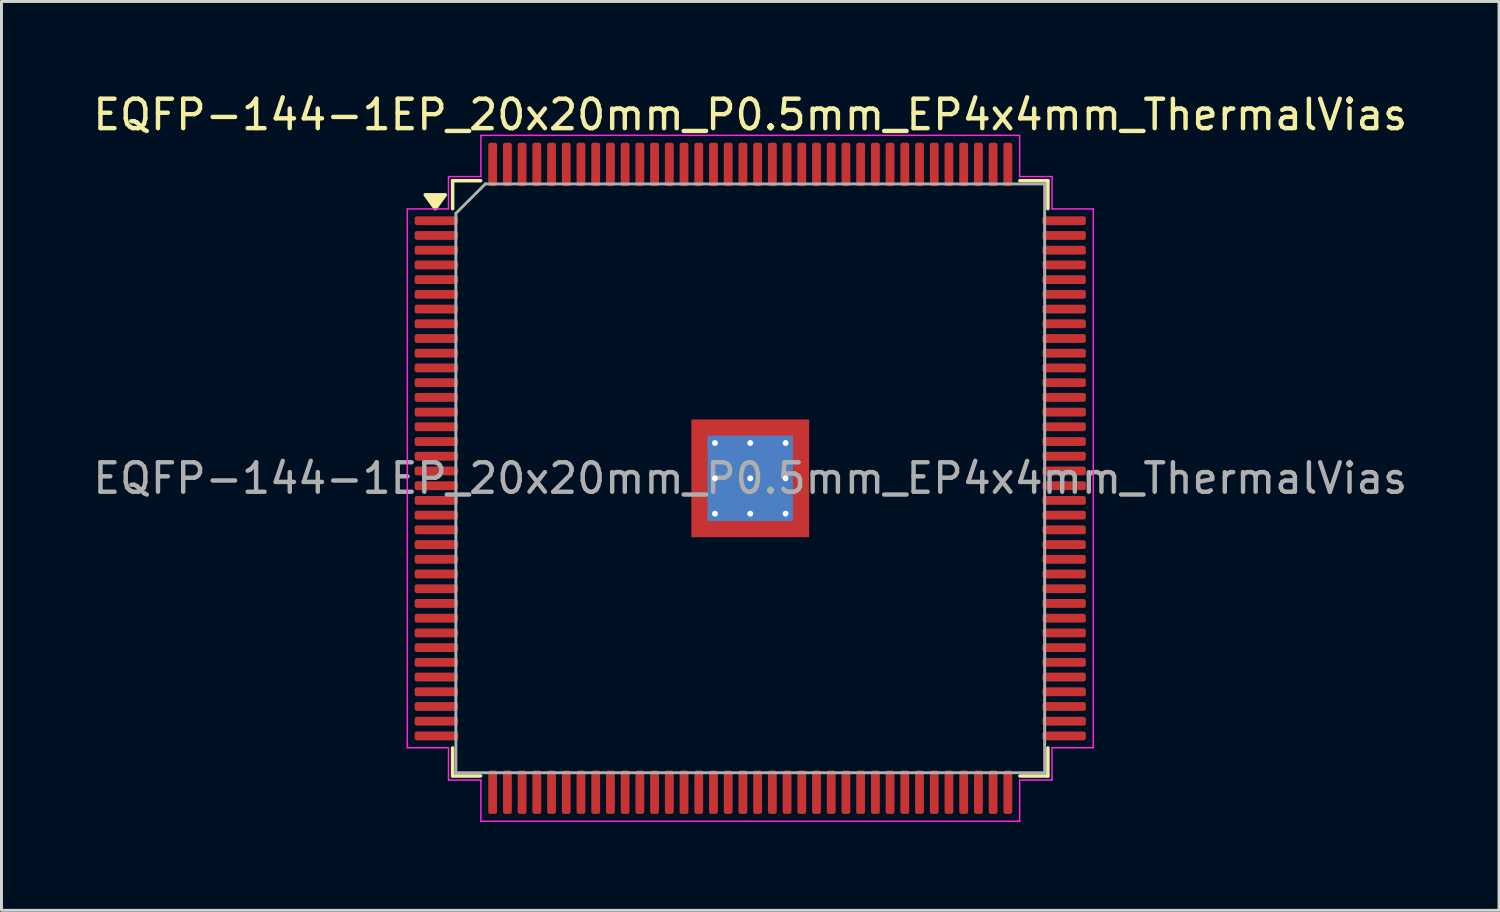
<source format=kicad_pcb>
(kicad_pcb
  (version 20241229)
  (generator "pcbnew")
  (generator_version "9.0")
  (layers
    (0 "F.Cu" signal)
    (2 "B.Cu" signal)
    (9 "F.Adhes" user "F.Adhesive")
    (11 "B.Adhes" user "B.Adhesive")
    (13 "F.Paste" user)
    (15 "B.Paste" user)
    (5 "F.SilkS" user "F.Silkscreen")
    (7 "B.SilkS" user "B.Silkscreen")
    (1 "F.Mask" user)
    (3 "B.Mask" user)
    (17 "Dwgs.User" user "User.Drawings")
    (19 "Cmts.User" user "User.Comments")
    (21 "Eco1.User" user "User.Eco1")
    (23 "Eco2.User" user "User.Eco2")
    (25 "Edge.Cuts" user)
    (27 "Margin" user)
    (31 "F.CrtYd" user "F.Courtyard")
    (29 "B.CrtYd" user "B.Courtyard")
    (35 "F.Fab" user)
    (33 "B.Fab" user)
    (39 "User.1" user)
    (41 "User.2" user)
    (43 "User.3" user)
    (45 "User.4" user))
  (footprint "EQFP-144-1EP_20x20mm_P0.5mm_EP4x4mm_ThermalVias"
    (layer "F.Cu")
    (at 22.435 13.198)
    (property "Reference" "EQFP-144-1EP_20x20mm_P0.5mm_EP4x4mm_ThermalVias" (at 0 -12.35 0) (layer "F.SilkS") (effects (font (size 1 1) (thickness 0.15))))
    (attr smd)
    (fp_line (start -10.11 -10.11) (end -10.11 -9.16) (stroke (width 0.12) (type solid)) (layer "F.SilkS"))
    (fp_line (start -10.11 10.11) (end -10.11 9.16) (stroke (width 0.12) (type solid)) (layer "F.SilkS"))
    (fp_line (start -9.16 -10.11) (end -10.11 -10.11) (stroke (width 0.12) (type solid)) (layer "F.SilkS"))
    (fp_line (start -9.16 10.11) (end -10.11 10.11) (stroke (width 0.12) (type solid)) (layer "F.SilkS"))
    (fp_line (start 9.16 -10.11) (end 10.11 -10.11) (stroke (width 0.12) (type solid)) (layer "F.SilkS"))
    (fp_line (start 9.16 10.11) (end 10.11 10.11) (stroke (width 0.12) (type solid)) (layer "F.SilkS"))
    (fp_line (start 10.11 -10.11) (end 10.11 -9.16) (stroke (width 0.12) (type solid)) (layer "F.SilkS"))
    (fp_line (start 10.11 10.11) (end 10.11 9.16) (stroke (width 0.12) (type solid)) (layer "F.SilkS"))
    (fp_poly (pts (xy -10.7 -9.16) (xy -11.04 -9.63) (xy -10.36 -9.63)) (stroke (width 0.12) (type solid)) (fill yes) (layer "F.SilkS"))
    (fp_line (start -11.65 -9.15) (end -11.65 0) (stroke (width 0.05) (type solid)) (layer "F.CrtYd"))
    (fp_line (start -11.65 9.15) (end -11.65 0) (stroke (width 0.05) (type solid)) (layer "F.CrtYd"))
    (fp_line (start -10.25 -10.25) (end -10.25 -9.15) (stroke (width 0.05) (type solid)) (layer "F.CrtYd"))
    (fp_line (start -10.25 -9.15) (end -11.65 -9.15) (stroke (width 0.05) (type solid)) (layer "F.CrtYd"))
    (fp_line (start -10.25 9.15) (end -11.65 9.15) (stroke (width 0.05) (type solid)) (layer "F.CrtYd"))
    (fp_line (start -10.25 10.25) (end -10.25 9.15) (stroke (width 0.05) (type solid)) (layer "F.CrtYd"))
    (fp_line (start -9.15 -11.65) (end -9.15 -10.25) (stroke (width 0.05) (type solid)) (layer "F.CrtYd"))
    (fp_line (start -9.15 -10.25) (end -10.25 -10.25) (stroke (width 0.05) (type solid)) (layer "F.CrtYd"))
    (fp_line (start -9.15 10.25) (end -10.25 10.25) (stroke (width 0.05) (type solid)) (layer "F.CrtYd"))
    (fp_line (start -9.15 11.65) (end -9.15 10.25) (stroke (width 0.05) (type solid)) (layer "F.CrtYd"))
    (fp_line (start 0 -11.65) (end -9.15 -11.65) (stroke (width 0.05) (type solid)) (layer "F.CrtYd"))
    (fp_line (start 0 -11.65) (end 9.15 -11.65) (stroke (width 0.05) (type solid)) (layer "F.CrtYd"))
    (fp_line (start 0 11.65) (end -9.15 11.65) (stroke (width 0.05) (type solid)) (layer "F.CrtYd"))
    (fp_line (start 0 11.65) (end 9.15 11.65) (stroke (width 0.05) (type solid)) (layer "F.CrtYd"))
    (fp_line (start 9.15 -11.65) (end 9.15 -10.25) (stroke (width 0.05) (type solid)) (layer "F.CrtYd"))
    (fp_line (start 9.15 -10.25) (end 10.25 -10.25) (stroke (width 0.05) (type solid)) (layer "F.CrtYd"))
    (fp_line (start 9.15 10.25) (end 10.25 10.25) (stroke (width 0.05) (type solid)) (layer "F.CrtYd"))
    (fp_line (start 9.15 11.65) (end 9.15 10.25) (stroke (width 0.05) (type solid)) (layer "F.CrtYd"))
    (fp_line (start 10.25 -10.25) (end 10.25 -9.15) (stroke (width 0.05) (type solid)) (layer "F.CrtYd"))
    (fp_line (start 10.25 -9.15) (end 11.65 -9.15) (stroke (width 0.05) (type solid)) (layer "F.CrtYd"))
    (fp_line (start 10.25 9.15) (end 11.65 9.15) (stroke (width 0.05) (type solid)) (layer "F.CrtYd"))
    (fp_line (start 10.25 10.25) (end 10.25 9.15) (stroke (width 0.05) (type solid)) (layer "F.CrtYd"))
    (fp_line (start 11.65 -9.15) (end 11.65 0) (stroke (width 0.05) (type solid)) (layer "F.CrtYd"))
    (fp_line (start 11.65 9.15) (end 11.65 0) (stroke (width 0.05) (type solid)) (layer "F.CrtYd"))
    (fp_line (start -10 -9) (end -9 -10) (stroke (width 0.1) (type solid)) (layer "F.Fab"))
    (fp_line (start -10 10) (end -10 -9) (stroke (width 0.1) (type solid)) (layer "F.Fab"))
    (fp_line (start -9 -10) (end 10 -10) (stroke (width 0.1) (type solid)) (layer "F.Fab"))
    (fp_line (start 10 -10) (end 10 10) (stroke (width 0.1) (type solid)) (layer "F.Fab"))
    (fp_line (start 10 10) (end -10 10) (stroke (width 0.1) (type solid)) (layer "F.Fab"))
    (fp_text user "${REFERENCE}" (at 0 0 0) (layer "F.Fab") (effects (font (size 1 1) (thickness 0.15))))
    (pad "" smd custom (at -1.6 -1.6) (size 0.555 0.555) (layers "F.Paste") (options (anchor circle)) (primitives (gr_poly (pts (xy -0.232 -0.232) (xy 0.232 -0.232) (xy 0.232 0.157) (xy 0.157 0.232) (xy -0.232 0.232)) (width 0.181) (fill yes))))
    (pad "" smd roundrect (at -1.6 -0.6) (size 0.645 0.967) (layers "F.Paste") (roundrect_rratio 0.25))
    (pad "" smd roundrect (at -1.6 0.6) (size 0.645 0.967) (layers "F.Paste") (roundrect_rratio 0.25))
    (pad "" smd custom (at -1.6 1.6) (size 0.555 0.555) (layers "F.Paste") (options (anchor circle)) (primitives (gr_poly (pts (xy -0.232 -0.232) (xy 0.157 -0.232) (xy 0.232 -0.157) (xy 0.232 0.232) (xy -0.232 0.232)) (width 0.181) (fill yes))))
    (pad "" smd roundrect (at -0.6 -1.6) (size 0.967 0.645) (layers "F.Paste") (roundrect_rratio 0.25))
    (pad "" smd roundrect (at -0.6 -0.6) (size 0.967 0.967) (layers "F.Paste") (roundrect_rratio 0.25))
    (pad "" smd roundrect (at -0.6 0.6) (size 0.967 0.967) (layers "F.Paste") (roundrect_rratio 0.25))
    (pad "" smd roundrect (at -0.6 1.6) (size 0.967 0.645) (layers "F.Paste") (roundrect_rratio 0.25))
    (pad "" smd roundrect (at 0.6 -1.6) (size 0.967 0.645) (layers "F.Paste") (roundrect_rratio 0.25))
    (pad "" smd roundrect (at 0.6 -0.6) (size 0.967 0.967) (layers "F.Paste") (roundrect_rratio 0.25))
    (pad "" smd roundrect (at 0.6 0.6) (size 0.967 0.967) (layers "F.Paste") (roundrect_rratio 0.25))
    (pad "" smd roundrect (at 0.6 1.6) (size 0.967 0.645) (layers "F.Paste") (roundrect_rratio 0.25))
    (pad "" smd custom (at 1.6 -1.6) (size 0.555 0.555) (layers "F.Paste") (options (anchor circle)) (primitives (gr_poly (pts (xy -0.232 -0.232) (xy 0.232 -0.232) (xy 0.232 0.232) (xy -0.157 0.232) (xy -0.232 0.157)) (width 0.181) (fill yes))))
    (pad "" smd roundrect (at 1.6 -0.6) (size 0.645 0.967) (layers "F.Paste") (roundrect_rratio 0.25))
    (pad "" smd roundrect (at 1.6 0.6) (size 0.645 0.967) (layers "F.Paste") (roundrect_rratio 0.25))
    (pad "" smd custom (at 1.6 1.6) (size 0.555 0.555) (layers "F.Paste") (options (anchor circle)) (primitives (gr_poly (pts (xy -0.232 -0.157) (xy -0.157 -0.232) (xy 0.232 -0.232) (xy 0.232 0.232) (xy -0.232 0.232)) (width 0.181) (fill yes))))
    (pad "1" smd roundrect (at -10.662 -8.75) (size 1.475 0.3) (layers "F.Cu" "F.Mask" "F.Paste") (roundrect_rratio 0.25))
    (pad "2" smd roundrect (at -10.662 -8.25) (size 1.475 0.3) (layers "F.Cu" "F.Mask" "F.Paste") (roundrect_rratio 0.25))
    (pad "3" smd roundrect (at -10.662 -7.75) (size 1.475 0.3) (layers "F.Cu" "F.Mask" "F.Paste") (roundrect_rratio 0.25))
    (pad "4" smd roundrect (at -10.662 -7.25) (size 1.475 0.3) (layers "F.Cu" "F.Mask" "F.Paste") (roundrect_rratio 0.25))
    (pad "5" smd roundrect (at -10.662 -6.75) (size 1.475 0.3) (layers "F.Cu" "F.Mask" "F.Paste") (roundrect_rratio 0.25))
    (pad "6" smd roundrect (at -10.662 -6.25) (size 1.475 0.3) (layers "F.Cu" "F.Mask" "F.Paste") (roundrect_rratio 0.25))
    (pad "7" smd roundrect (at -10.662 -5.75) (size 1.475 0.3) (layers "F.Cu" "F.Mask" "F.Paste") (roundrect_rratio 0.25))
    (pad "8" smd roundrect (at -10.662 -5.25) (size 1.475 0.3) (layers "F.Cu" "F.Mask" "F.Paste") (roundrect_rratio 0.25))
    (pad "9" smd roundrect (at -10.662 -4.75) (size 1.475 0.3) (layers "F.Cu" "F.Mask" "F.Paste") (roundrect_rratio 0.25))
    (pad "10" smd roundrect (at -10.662 -4.25) (size 1.475 0.3) (layers "F.Cu" "F.Mask" "F.Paste") (roundrect_rratio 0.25))
    (pad "11" smd roundrect (at -10.662 -3.75) (size 1.475 0.3) (layers "F.Cu" "F.Mask" "F.Paste") (roundrect_rratio 0.25))
    (pad "12" smd roundrect (at -10.662 -3.25) (size 1.475 0.3) (layers "F.Cu" "F.Mask" "F.Paste") (roundrect_rratio 0.25))
    (pad "13" smd roundrect (at -10.662 -2.75) (size 1.475 0.3) (layers "F.Cu" "F.Mask" "F.Paste") (roundrect_rratio 0.25))
    (pad "14" smd roundrect (at -10.662 -2.25) (size 1.475 0.3) (layers "F.Cu" "F.Mask" "F.Paste") (roundrect_rratio 0.25))
    (pad "15" smd roundrect (at -10.662 -1.75) (size 1.475 0.3) (layers "F.Cu" "F.Mask" "F.Paste") (roundrect_rratio 0.25))
    (pad "16" smd roundrect (at -10.662 -1.25) (size 1.475 0.3) (layers "F.Cu" "F.Mask" "F.Paste") (roundrect_rratio 0.25))
    (pad "17" smd roundrect (at -10.662 -0.75) (size 1.475 0.3) (layers "F.Cu" "F.Mask" "F.Paste") (roundrect_rratio 0.25))
    (pad "18" smd roundrect (at -10.662 -0.25) (size 1.475 0.3) (layers "F.Cu" "F.Mask" "F.Paste") (roundrect_rratio 0.25))
    (pad "19" smd roundrect (at -10.662 0.25) (size 1.475 0.3) (layers "F.Cu" "F.Mask" "F.Paste") (roundrect_rratio 0.25))
    (pad "20" smd roundrect (at -10.662 0.75) (size 1.475 0.3) (layers "F.Cu" "F.Mask" "F.Paste") (roundrect_rratio 0.25))
    (pad "21" smd roundrect (at -10.662 1.25) (size 1.475 0.3) (layers "F.Cu" "F.Mask" "F.Paste") (roundrect_rratio 0.25))
    (pad "22" smd roundrect (at -10.662 1.75) (size 1.475 0.3) (layers "F.Cu" "F.Mask" "F.Paste") (roundrect_rratio 0.25))
    (pad "23" smd roundrect (at -10.662 2.25) (size 1.475 0.3) (layers "F.Cu" "F.Mask" "F.Paste") (roundrect_rratio 0.25))
    (pad "24" smd roundrect (at -10.662 2.75) (size 1.475 0.3) (layers "F.Cu" "F.Mask" "F.Paste") (roundrect_rratio 0.25))
    (pad "25" smd roundrect (at -10.662 3.25) (size 1.475 0.3) (layers "F.Cu" "F.Mask" "F.Paste") (roundrect_rratio 0.25))
    (pad "26" smd roundrect (at -10.662 3.75) (size 1.475 0.3) (layers "F.Cu" "F.Mask" "F.Paste") (roundrect_rratio 0.25))
    (pad "27" smd roundrect (at -10.662 4.25) (size 1.475 0.3) (layers "F.Cu" "F.Mask" "F.Paste") (roundrect_rratio 0.25))
    (pad "28" smd roundrect (at -10.662 4.75) (size 1.475 0.3) (layers "F.Cu" "F.Mask" "F.Paste") (roundrect_rratio 0.25))
    (pad "29" smd roundrect (at -10.662 5.25) (size 1.475 0.3) (layers "F.Cu" "F.Mask" "F.Paste") (roundrect_rratio 0.25))
    (pad "30" smd roundrect (at -10.662 5.75) (size 1.475 0.3) (layers "F.Cu" "F.Mask" "F.Paste") (roundrect_rratio 0.25))
    (pad "31" smd roundrect (at -10.662 6.25) (size 1.475 0.3) (layers "F.Cu" "F.Mask" "F.Paste") (roundrect_rratio 0.25))
    (pad "32" smd roundrect (at -10.662 6.75) (size 1.475 0.3) (layers "F.Cu" "F.Mask" "F.Paste") (roundrect_rratio 0.25))
    (pad "33" smd roundrect (at -10.662 7.25) (size 1.475 0.3) (layers "F.Cu" "F.Mask" "F.Paste") (roundrect_rratio 0.25))
    (pad "34" smd roundrect (at -10.662 7.75) (size 1.475 0.3) (layers "F.Cu" "F.Mask" "F.Paste") (roundrect_rratio 0.25))
    (pad "35" smd roundrect (at -10.662 8.25) (size 1.475 0.3) (layers "F.Cu" "F.Mask" "F.Paste") (roundrect_rratio 0.25))
    (pad "36" smd roundrect (at -10.662 8.75) (size 1.475 0.3) (layers "F.Cu" "F.Mask" "F.Paste") (roundrect_rratio 0.25))
    (pad "37" smd roundrect (at -8.75 10.662) (size 0.3 1.475) (layers "F.Cu" "F.Mask" "F.Paste") (roundrect_rratio 0.25))
    (pad "38" smd roundrect (at -8.25 10.662) (size 0.3 1.475) (layers "F.Cu" "F.Mask" "F.Paste") (roundrect_rratio 0.25))
    (pad "39" smd roundrect (at -7.75 10.662) (size 0.3 1.475) (layers "F.Cu" "F.Mask" "F.Paste") (roundrect_rratio 0.25))
    (pad "40" smd roundrect (at -7.25 10.662) (size 0.3 1.475) (layers "F.Cu" "F.Mask" "F.Paste") (roundrect_rratio 0.25))
    (pad "41" smd roundrect (at -6.75 10.662) (size 0.3 1.475) (layers "F.Cu" "F.Mask" "F.Paste") (roundrect_rratio 0.25))
    (pad "42" smd roundrect (at -6.25 10.662) (size 0.3 1.475) (layers "F.Cu" "F.Mask" "F.Paste") (roundrect_rratio 0.25))
    (pad "43" smd roundrect (at -5.75 10.662) (size 0.3 1.475) (layers "F.Cu" "F.Mask" "F.Paste") (roundrect_rratio 0.25))
    (pad "44" smd roundrect (at -5.25 10.662) (size 0.3 1.475) (layers "F.Cu" "F.Mask" "F.Paste") (roundrect_rratio 0.25))
    (pad "45" smd roundrect (at -4.75 10.662) (size 0.3 1.475) (layers "F.Cu" "F.Mask" "F.Paste") (roundrect_rratio 0.25))
    (pad "46" smd roundrect (at -4.25 10.662) (size 0.3 1.475) (layers "F.Cu" "F.Mask" "F.Paste") (roundrect_rratio 0.25))
    (pad "47" smd roundrect (at -3.75 10.662) (size 0.3 1.475) (layers "F.Cu" "F.Mask" "F.Paste") (roundrect_rratio 0.25))
    (pad "48" smd roundrect (at -3.25 10.662) (size 0.3 1.475) (layers "F.Cu" "F.Mask" "F.Paste") (roundrect_rratio 0.25))
    (pad "49" smd roundrect (at -2.75 10.662) (size 0.3 1.475) (layers "F.Cu" "F.Mask" "F.Paste") (roundrect_rratio 0.25))
    (pad "50" smd roundrect (at -2.25 10.662) (size 0.3 1.475) (layers "F.Cu" "F.Mask" "F.Paste") (roundrect_rratio 0.25))
    (pad "51" smd roundrect (at -1.75 10.662) (size 0.3 1.475) (layers "F.Cu" "F.Mask" "F.Paste") (roundrect_rratio 0.25))
    (pad "52" smd roundrect (at -1.25 10.662) (size 0.3 1.475) (layers "F.Cu" "F.Mask" "F.Paste") (roundrect_rratio 0.25))
    (pad "53" smd roundrect (at -0.75 10.662) (size 0.3 1.475) (layers "F.Cu" "F.Mask" "F.Paste") (roundrect_rratio 0.25))
    (pad "54" smd roundrect (at -0.25 10.662) (size 0.3 1.475) (layers "F.Cu" "F.Mask" "F.Paste") (roundrect_rratio 0.25))
    (pad "55" smd roundrect (at 0.25 10.662) (size 0.3 1.475) (layers "F.Cu" "F.Mask" "F.Paste") (roundrect_rratio 0.25))
    (pad "56" smd roundrect (at 0.75 10.662) (size 0.3 1.475) (layers "F.Cu" "F.Mask" "F.Paste") (roundrect_rratio 0.25))
    (pad "57" smd roundrect (at 1.25 10.662) (size 0.3 1.475) (layers "F.Cu" "F.Mask" "F.Paste") (roundrect_rratio 0.25))
    (pad "58" smd roundrect (at 1.75 10.662) (size 0.3 1.475) (layers "F.Cu" "F.Mask" "F.Paste") (roundrect_rratio 0.25))
    (pad "59" smd roundrect (at 2.25 10.662) (size 0.3 1.475) (layers "F.Cu" "F.Mask" "F.Paste") (roundrect_rratio 0.25))
    (pad "60" smd roundrect (at 2.75 10.662) (size 0.3 1.475) (layers "F.Cu" "F.Mask" "F.Paste") (roundrect_rratio 0.25))
    (pad "61" smd roundrect (at 3.25 10.662) (size 0.3 1.475) (layers "F.Cu" "F.Mask" "F.Paste") (roundrect_rratio 0.25))
    (pad "62" smd roundrect (at 3.75 10.662) (size 0.3 1.475) (layers "F.Cu" "F.Mask" "F.Paste") (roundrect_rratio 0.25))
    (pad "63" smd roundrect (at 4.25 10.662) (size 0.3 1.475) (layers "F.Cu" "F.Mask" "F.Paste") (roundrect_rratio 0.25))
    (pad "64" smd roundrect (at 4.75 10.662) (size 0.3 1.475) (layers "F.Cu" "F.Mask" "F.Paste") (roundrect_rratio 0.25))
    (pad "65" smd roundrect (at 5.25 10.662) (size 0.3 1.475) (layers "F.Cu" "F.Mask" "F.Paste") (roundrect_rratio 0.25))
    (pad "66" smd roundrect (at 5.75 10.662) (size 0.3 1.475) (layers "F.Cu" "F.Mask" "F.Paste") (roundrect_rratio 0.25))
    (pad "67" smd roundrect (at 6.25 10.662) (size 0.3 1.475) (layers "F.Cu" "F.Mask" "F.Paste") (roundrect_rratio 0.25))
    (pad "68" smd roundrect (at 6.75 10.662) (size 0.3 1.475) (layers "F.Cu" "F.Mask" "F.Paste") (roundrect_rratio 0.25))
    (pad "69" smd roundrect (at 7.25 10.662) (size 0.3 1.475) (layers "F.Cu" "F.Mask" "F.Paste") (roundrect_rratio 0.25))
    (pad "70" smd roundrect (at 7.75 10.662) (size 0.3 1.475) (layers "F.Cu" "F.Mask" "F.Paste") (roundrect_rratio 0.25))
    (pad "71" smd roundrect (at 8.25 10.662) (size 0.3 1.475) (layers "F.Cu" "F.Mask" "F.Paste") (roundrect_rratio 0.25))
    (pad "72" smd roundrect (at 8.75 10.662) (size 0.3 1.475) (layers "F.Cu" "F.Mask" "F.Paste") (roundrect_rratio 0.25))
    (pad "73" smd roundrect (at 10.662 8.75) (size 1.475 0.3) (layers "F.Cu" "F.Mask" "F.Paste") (roundrect_rratio 0.25))
    (pad "74" smd roundrect (at 10.662 8.25) (size 1.475 0.3) (layers "F.Cu" "F.Mask" "F.Paste") (roundrect_rratio 0.25))
    (pad "75" smd roundrect (at 10.662 7.75) (size 1.475 0.3) (layers "F.Cu" "F.Mask" "F.Paste") (roundrect_rratio 0.25))
    (pad "76" smd roundrect (at 10.662 7.25) (size 1.475 0.3) (layers "F.Cu" "F.Mask" "F.Paste") (roundrect_rratio 0.25))
    (pad "77" smd roundrect (at 10.662 6.75) (size 1.475 0.3) (layers "F.Cu" "F.Mask" "F.Paste") (roundrect_rratio 0.25))
    (pad "78" smd roundrect (at 10.662 6.25) (size 1.475 0.3) (layers "F.Cu" "F.Mask" "F.Paste") (roundrect_rratio 0.25))
    (pad "79" smd roundrect (at 10.662 5.75) (size 1.475 0.3) (layers "F.Cu" "F.Mask" "F.Paste") (roundrect_rratio 0.25))
    (pad "80" smd roundrect (at 10.662 5.25) (size 1.475 0.3) (layers "F.Cu" "F.Mask" "F.Paste") (roundrect_rratio 0.25))
    (pad "81" smd roundrect (at 10.662 4.75) (size 1.475 0.3) (layers "F.Cu" "F.Mask" "F.Paste") (roundrect_rratio 0.25))
    (pad "82" smd roundrect (at 10.662 4.25) (size 1.475 0.3) (layers "F.Cu" "F.Mask" "F.Paste") (roundrect_rratio 0.25))
    (pad "83" smd roundrect (at 10.662 3.75) (size 1.475 0.3) (layers "F.Cu" "F.Mask" "F.Paste") (roundrect_rratio 0.25))
    (pad "84" smd roundrect (at 10.662 3.25) (size 1.475 0.3) (layers "F.Cu" "F.Mask" "F.Paste") (roundrect_rratio 0.25))
    (pad "85" smd roundrect (at 10.662 2.75) (size 1.475 0.3) (layers "F.Cu" "F.Mask" "F.Paste") (roundrect_rratio 0.25))
    (pad "86" smd roundrect (at 10.662 2.25) (size 1.475 0.3) (layers "F.Cu" "F.Mask" "F.Paste") (roundrect_rratio 0.25))
    (pad "87" smd roundrect (at 10.662 1.75) (size 1.475 0.3) (layers "F.Cu" "F.Mask" "F.Paste") (roundrect_rratio 0.25))
    (pad "88" smd roundrect (at 10.662 1.25) (size 1.475 0.3) (layers "F.Cu" "F.Mask" "F.Paste") (roundrect_rratio 0.25))
    (pad "89" smd roundrect (at 10.662 0.75) (size 1.475 0.3) (layers "F.Cu" "F.Mask" "F.Paste") (roundrect_rratio 0.25))
    (pad "90" smd roundrect (at 10.662 0.25) (size 1.475 0.3) (layers "F.Cu" "F.Mask" "F.Paste") (roundrect_rratio 0.25))
    (pad "91" smd roundrect (at 10.662 -0.25) (size 1.475 0.3) (layers "F.Cu" "F.Mask" "F.Paste") (roundrect_rratio 0.25))
    (pad "92" smd roundrect (at 10.662 -0.75) (size 1.475 0.3) (layers "F.Cu" "F.Mask" "F.Paste") (roundrect_rratio 0.25))
    (pad "93" smd roundrect (at 10.662 -1.25) (size 1.475 0.3) (layers "F.Cu" "F.Mask" "F.Paste") (roundrect_rratio 0.25))
    (pad "94" smd roundrect (at 10.662 -1.75) (size 1.475 0.3) (layers "F.Cu" "F.Mask" "F.Paste") (roundrect_rratio 0.25))
    (pad "95" smd roundrect (at 10.662 -2.25) (size 1.475 0.3) (layers "F.Cu" "F.Mask" "F.Paste") (roundrect_rratio 0.25))
    (pad "96" smd roundrect (at 10.662 -2.75) (size 1.475 0.3) (layers "F.Cu" "F.Mask" "F.Paste") (roundrect_rratio 0.25))
    (pad "97" smd roundrect (at 10.662 -3.25) (size 1.475 0.3) (layers "F.Cu" "F.Mask" "F.Paste") (roundrect_rratio 0.25))
    (pad "98" smd roundrect (at 10.662 -3.75) (size 1.475 0.3) (layers "F.Cu" "F.Mask" "F.Paste") (roundrect_rratio 0.25))
    (pad "99" smd roundrect (at 10.662 -4.25) (size 1.475 0.3) (layers "F.Cu" "F.Mask" "F.Paste") (roundrect_rratio 0.25))
    (pad "100" smd roundrect (at 10.662 -4.75) (size 1.475 0.3) (layers "F.Cu" "F.Mask" "F.Paste") (roundrect_rratio 0.25))
    (pad "101" smd roundrect (at 10.662 -5.25) (size 1.475 0.3) (layers "F.Cu" "F.Mask" "F.Paste") (roundrect_rratio 0.25))
    (pad "102" smd roundrect (at 10.662 -5.75) (size 1.475 0.3) (layers "F.Cu" "F.Mask" "F.Paste") (roundrect_rratio 0.25))
    (pad "103" smd roundrect (at 10.662 -6.25) (size 1.475 0.3) (layers "F.Cu" "F.Mask" "F.Paste") (roundrect_rratio 0.25))
    (pad "104" smd roundrect (at 10.662 -6.75) (size 1.475 0.3) (layers "F.Cu" "F.Mask" "F.Paste") (roundrect_rratio 0.25))
    (pad "105" smd roundrect (at 10.662 -7.25) (size 1.475 0.3) (layers "F.Cu" "F.Mask" "F.Paste") (roundrect_rratio 0.25))
    (pad "106" smd roundrect (at 10.662 -7.75) (size 1.475 0.3) (layers "F.Cu" "F.Mask" "F.Paste") (roundrect_rratio 0.25))
    (pad "107" smd roundrect (at 10.662 -8.25) (size 1.475 0.3) (layers "F.Cu" "F.Mask" "F.Paste") (roundrect_rratio 0.25))
    (pad "108" smd roundrect (at 10.662 -8.75) (size 1.475 0.3) (layers "F.Cu" "F.Mask" "F.Paste") (roundrect_rratio 0.25))
    (pad "109" smd roundrect (at 8.75 -10.662) (size 0.3 1.475) (layers "F.Cu" "F.Mask" "F.Paste") (roundrect_rratio 0.25))
    (pad "110" smd roundrect (at 8.25 -10.662) (size 0.3 1.475) (layers "F.Cu" "F.Mask" "F.Paste") (roundrect_rratio 0.25))
    (pad "111" smd roundrect (at 7.75 -10.662) (size 0.3 1.475) (layers "F.Cu" "F.Mask" "F.Paste") (roundrect_rratio 0.25))
    (pad "112" smd roundrect (at 7.25 -10.662) (size 0.3 1.475) (layers "F.Cu" "F.Mask" "F.Paste") (roundrect_rratio 0.25))
    (pad "113" smd roundrect (at 6.75 -10.662) (size 0.3 1.475) (layers "F.Cu" "F.Mask" "F.Paste") (roundrect_rratio 0.25))
    (pad "114" smd roundrect (at 6.25 -10.662) (size 0.3 1.475) (layers "F.Cu" "F.Mask" "F.Paste") (roundrect_rratio 0.25))
    (pad "115" smd roundrect (at 5.75 -10.662) (size 0.3 1.475) (layers "F.Cu" "F.Mask" "F.Paste") (roundrect_rratio 0.25))
    (pad "116" smd roundrect (at 5.25 -10.662) (size 0.3 1.475) (layers "F.Cu" "F.Mask" "F.Paste") (roundrect_rratio 0.25))
    (pad "117" smd roundrect (at 4.75 -10.662) (size 0.3 1.475) (layers "F.Cu" "F.Mask" "F.Paste") (roundrect_rratio 0.25))
    (pad "118" smd roundrect (at 4.25 -10.662) (size 0.3 1.475) (layers "F.Cu" "F.Mask" "F.Paste") (roundrect_rratio 0.25))
    (pad "119" smd roundrect (at 3.75 -10.662) (size 0.3 1.475) (layers "F.Cu" "F.Mask" "F.Paste") (roundrect_rratio 0.25))
    (pad "120" smd roundrect (at 3.25 -10.662) (size 0.3 1.475) (layers "F.Cu" "F.Mask" "F.Paste") (roundrect_rratio 0.25))
    (pad "121" smd roundrect (at 2.75 -10.662) (size 0.3 1.475) (layers "F.Cu" "F.Mask" "F.Paste") (roundrect_rratio 0.25))
    (pad "122" smd roundrect (at 2.25 -10.662) (size 0.3 1.475) (layers "F.Cu" "F.Mask" "F.Paste") (roundrect_rratio 0.25))
    (pad "123" smd roundrect (at 1.75 -10.662) (size 0.3 1.475) (layers "F.Cu" "F.Mask" "F.Paste") (roundrect_rratio 0.25))
    (pad "124" smd roundrect (at 1.25 -10.662) (size 0.3 1.475) (layers "F.Cu" "F.Mask" "F.Paste") (roundrect_rratio 0.25))
    (pad "125" smd roundrect (at 0.75 -10.662) (size 0.3 1.475) (layers "F.Cu" "F.Mask" "F.Paste") (roundrect_rratio 0.25))
    (pad "126" smd roundrect (at 0.25 -10.662) (size 0.3 1.475) (layers "F.Cu" "F.Mask" "F.Paste") (roundrect_rratio 0.25))
    (pad "127" smd roundrect (at -0.25 -10.662) (size 0.3 1.475) (layers "F.Cu" "F.Mask" "F.Paste") (roundrect_rratio 0.25))
    (pad "128" smd roundrect (at -0.75 -10.662) (size 0.3 1.475) (layers "F.Cu" "F.Mask" "F.Paste") (roundrect_rratio 0.25))
    (pad "129" smd roundrect (at -1.25 -10.662) (size 0.3 1.475) (layers "F.Cu" "F.Mask" "F.Paste") (roundrect_rratio 0.25))
    (pad "130" smd roundrect (at -1.75 -10.662) (size 0.3 1.475) (layers "F.Cu" "F.Mask" "F.Paste") (roundrect_rratio 0.25))
    (pad "131" smd roundrect (at -2.25 -10.662) (size 0.3 1.475) (layers "F.Cu" "F.Mask" "F.Paste") (roundrect_rratio 0.25))
    (pad "132" smd roundrect (at -2.75 -10.662) (size 0.3 1.475) (layers "F.Cu" "F.Mask" "F.Paste") (roundrect_rratio 0.25))
    (pad "133" smd roundrect (at -3.25 -10.662) (size 0.3 1.475) (layers "F.Cu" "F.Mask" "F.Paste") (roundrect_rratio 0.25))
    (pad "134" smd roundrect (at -3.75 -10.662) (size 0.3 1.475) (layers "F.Cu" "F.Mask" "F.Paste") (roundrect_rratio 0.25))
    (pad "135" smd roundrect (at -4.25 -10.662) (size 0.3 1.475) (layers "F.Cu" "F.Mask" "F.Paste") (roundrect_rratio 0.25))
    (pad "136" smd roundrect (at -4.75 -10.662) (size 0.3 1.475) (layers "F.Cu" "F.Mask" "F.Paste") (roundrect_rratio 0.25))
    (pad "137" smd roundrect (at -5.25 -10.662) (size 0.3 1.475) (layers "F.Cu" "F.Mask" "F.Paste") (roundrect_rratio 0.25))
    (pad "138" smd roundrect (at -5.75 -10.662) (size 0.3 1.475) (layers "F.Cu" "F.Mask" "F.Paste") (roundrect_rratio 0.25))
    (pad "139" smd roundrect (at -6.25 -10.662) (size 0.3 1.475) (layers "F.Cu" "F.Mask" "F.Paste") (roundrect_rratio 0.25))
    (pad "140" smd roundrect (at -6.75 -10.662) (size 0.3 1.475) (layers "F.Cu" "F.Mask" "F.Paste") (roundrect_rratio 0.25))
    (pad "141" smd roundrect (at -7.25 -10.662) (size 0.3 1.475) (layers "F.Cu" "F.Mask" "F.Paste") (roundrect_rratio 0.25))
    (pad "142" smd roundrect (at -7.75 -10.662) (size 0.3 1.475) (layers "F.Cu" "F.Mask" "F.Paste") (roundrect_rratio 0.25))
    (pad "143" smd roundrect (at -8.25 -10.662) (size 0.3 1.475) (layers "F.Cu" "F.Mask" "F.Paste") (roundrect_rratio 0.25))
    (pad "144" smd roundrect (at -8.75 -10.662) (size 0.3 1.475) (layers "F.Cu" "F.Mask" "F.Paste") (roundrect_rratio 0.25))
    (pad "145" thru_hole circle (at -1.2 -1.2) (size 0.5 0.5) (drill 0.2) (property pad_prop_heatsink) (layers "*.Cu"))
    (pad "145" thru_hole circle (at -1.2 0) (size 0.5 0.5) (drill 0.2) (property pad_prop_heatsink) (layers "*.Cu"))
    (pad "145" thru_hole circle (at -1.2 1.2) (size 0.5 0.5) (drill 0.2) (property pad_prop_heatsink) (layers "*.Cu"))
    (pad "145" thru_hole circle (at 0 -1.2) (size 0.5 0.5) (drill 0.2) (property pad_prop_heatsink) (layers "*.Cu"))
    (pad "145" thru_hole circle (at 0 0) (size 0.5 0.5) (drill 0.2) (property pad_prop_heatsink) (layers "*.Cu"))
    (pad "145" smd rect (at 0 0) (size 2.9 2.9) (property pad_prop_heatsink) (layers "B.Cu"))
    (pad "145" smd rect (at 0 0) (size 4 4) (property pad_prop_heatsink) (layers "F.Cu" "F.Mask"))
    (pad "145" thru_hole circle (at 0 1.2) (size 0.5 0.5) (drill 0.2) (property pad_prop_heatsink) (layers "*.Cu"))
    (pad "145" thru_hole circle (at 1.2 -1.2) (size 0.5 0.5) (drill 0.2) (property pad_prop_heatsink) (layers "*.Cu"))
    (pad "145" thru_hole circle (at 1.2 0) (size 0.5 0.5) (drill 0.2) (property pad_prop_heatsink) (layers "*.Cu"))
    (pad "145" thru_hole circle (at 1.2 1.2) (size 0.5 0.5) (drill 0.2) (property pad_prop_heatsink) (layers "*.Cu")))
  (gr_rect
    (start -3 -3)
    (end 47.869 27.873)
    (stroke (width 0.1) (type default))
    (fill no)
    (layer "Edge.Cuts")))
</source>
